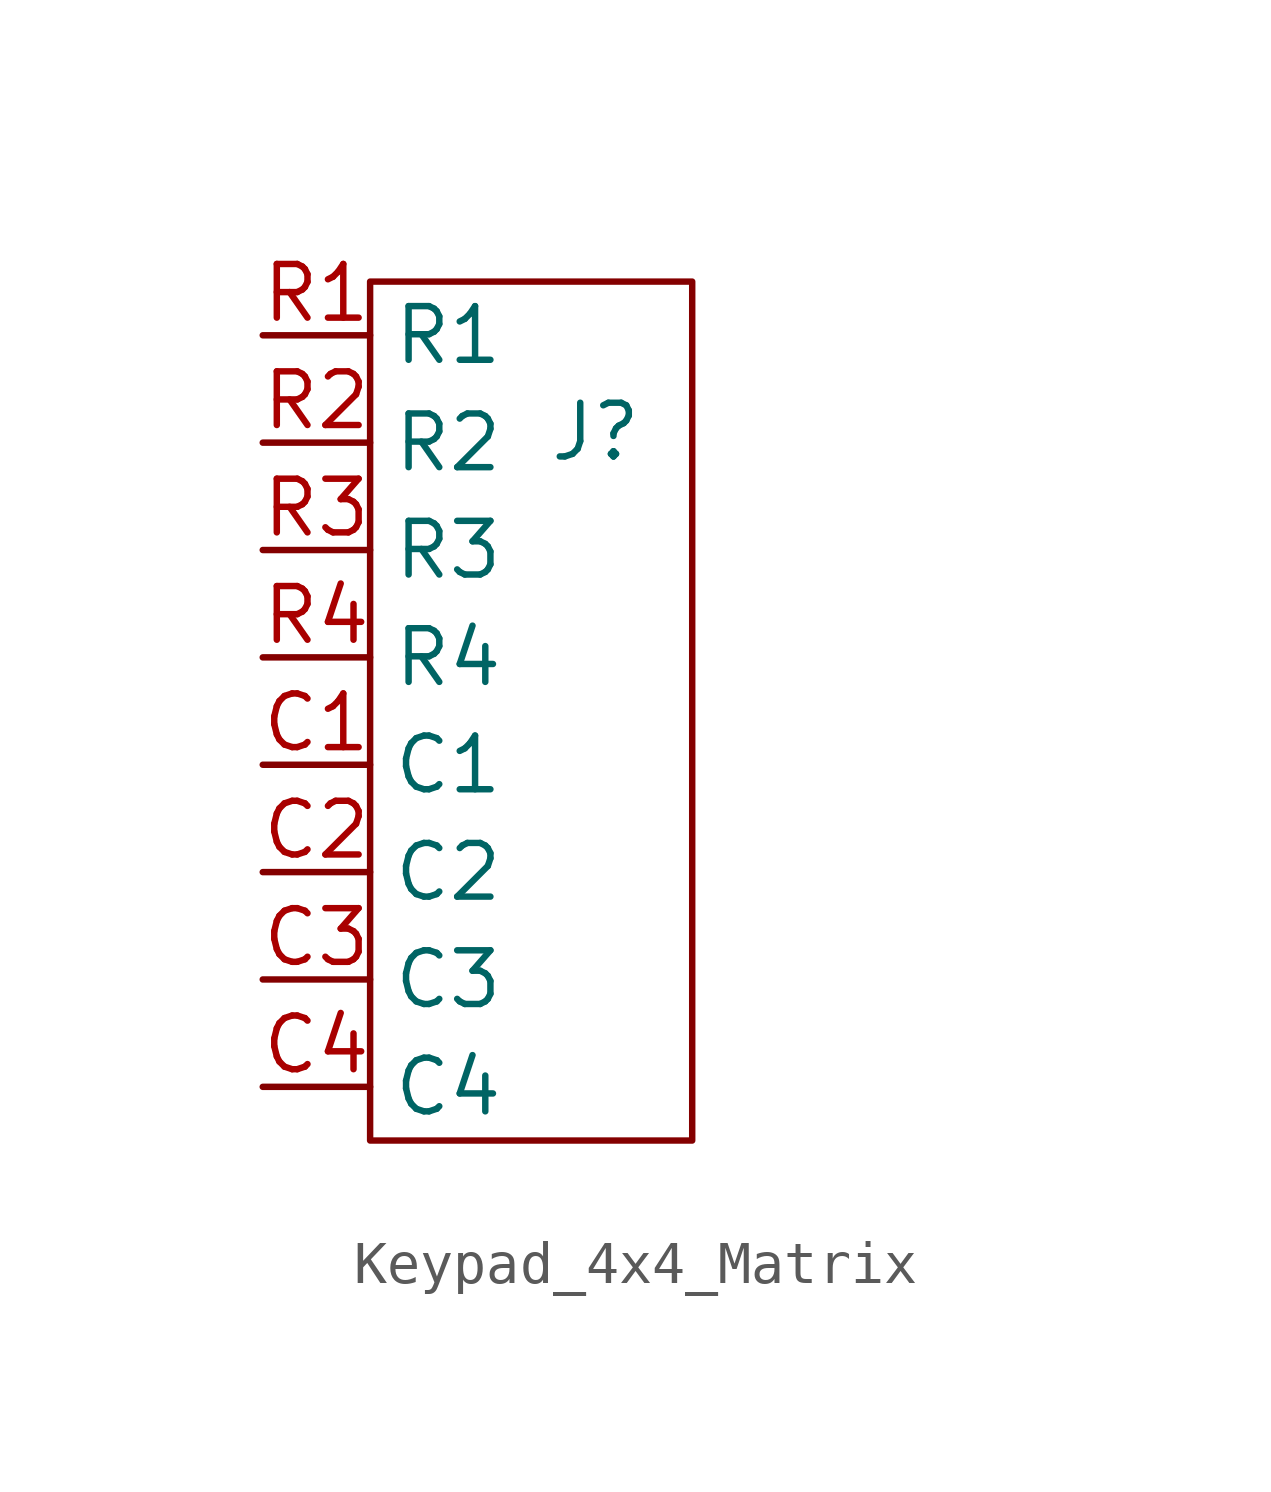
<source format=kicad_sym>
(kicad_symbol_lib
  (version 20241209)
  (generator "kicad_symbol_editor")
  (generator_version "9.0")
  (symbol "Keypad_4x4_Matrix"
    (property "Reference" "J"
      (at -9.906 4.064 0)
      (effects (font (size 1.27 1.27))))
    (property "Value" ""
      (at 0 0 0)
      (effects (font (size 1.27 1.27))))
    (symbol "Keypad_4x4_Matrix_0_1"
      (rectangle (start -15.24 7.62) (end -7.62 -12.7) (stroke (width 0) (type default)) (fill (type none))))
    (symbol "Keypad_4x4_Matrix_1_1"
      (pin passive line (at -17.78 6.35 0) (length 2.54) (name "R1" (effects (font (size 1.27 1.27)))) (number "R1" (effects (font (size 1.27 1.27)))))
      (pin passive line (at -17.78 3.81 0) (length 2.54) (name "R2" (effects (font (size 1.27 1.27)))) (number "R2" (effects (font (size 1.27 1.27)))))
      (pin passive line (at -17.78 1.27 0) (length 2.54) (name "R3" (effects (font (size 1.27 1.27)))) (number "R3" (effects (font (size 1.27 1.27)))))
      (pin passive line (at -17.78 -1.27 0) (length 2.54) (name "R4" (effects (font (size 1.27 1.27)))) (number "R4" (effects (font (size 1.27 1.27)))))
      (pin passive line (at -17.78 -3.81 0) (length 2.54) (name "C1" (effects (font (size 1.27 1.27)))) (number "C1" (effects (font (size 1.27 1.27)))))
      (pin passive line (at -17.78 -6.35 0) (length 2.54) (name "C2" (effects (font (size 1.27 1.27)))) (number "C2" (effects (font (size 1.27 1.27)))))
      (pin passive line (at -17.78 -8.89 0) (length 2.54) (name "C3" (effects (font (size 1.27 1.27)))) (number "C3" (effects (font (size 1.27 1.27)))))
      (pin passive line (at -17.78 -11.43 0) (length 2.54) (name "C4" (effects (font (size 1.27 1.27)))) (number "C4" (effects (font (size 1.27 1.27))))))))
</source>
